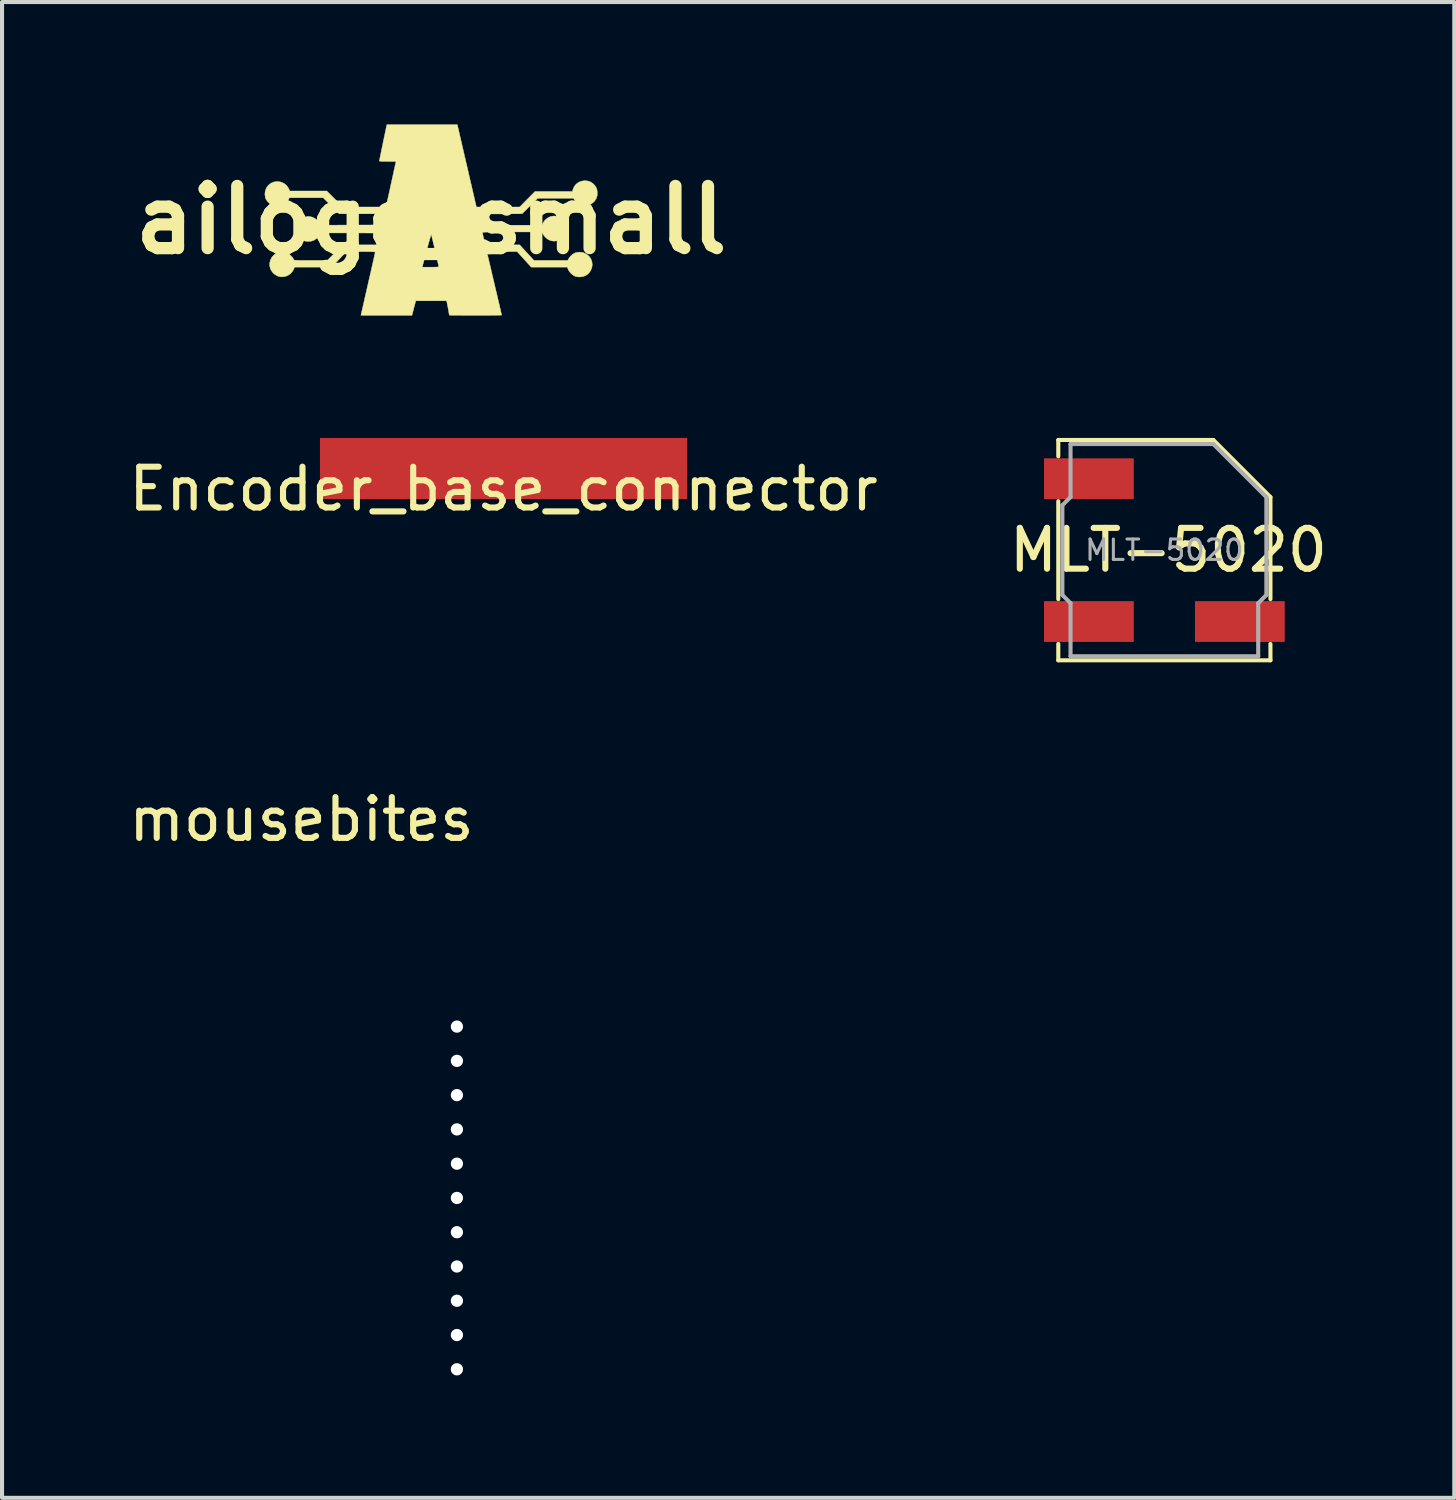
<source format=kicad_pcb>
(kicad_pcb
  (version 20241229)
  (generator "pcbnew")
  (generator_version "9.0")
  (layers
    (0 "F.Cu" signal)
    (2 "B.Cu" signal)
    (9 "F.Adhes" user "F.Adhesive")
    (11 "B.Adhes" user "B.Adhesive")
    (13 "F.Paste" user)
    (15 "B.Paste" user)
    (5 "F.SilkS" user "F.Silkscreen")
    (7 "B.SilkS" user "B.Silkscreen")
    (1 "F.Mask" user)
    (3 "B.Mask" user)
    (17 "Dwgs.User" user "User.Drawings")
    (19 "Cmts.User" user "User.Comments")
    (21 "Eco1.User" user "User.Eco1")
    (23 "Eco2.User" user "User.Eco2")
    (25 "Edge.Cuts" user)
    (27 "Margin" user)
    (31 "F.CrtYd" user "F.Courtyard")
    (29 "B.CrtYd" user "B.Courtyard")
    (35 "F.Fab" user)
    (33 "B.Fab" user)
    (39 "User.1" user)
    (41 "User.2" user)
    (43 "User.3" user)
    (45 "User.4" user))
  (footprint "Encoder_base_connector"
    (layer "F.Cu")
    (at 9.292 8.434)
    (property "Reference" "Encoder_base_connector" (at 0 0.5 0) (layer "F.SilkS") (effects (font (size 1 1) (thickness 0.15))))
    (attr through_hole)
    (pad "1" smd rect (at 0 0) (size 9 1.5) (layers "F.Cu" "F.Mask")))
  (footprint "mousebites"
    (layer "F.Cu")
    (at 8.149 22.112)
    (property "Reference" "mousebites" (at -3.81 -5.08 0) (layer "F.SilkS") (effects (font (size 1 1) (thickness 0.15))))
    (attr through_hole)
    (pad "" np_thru_hole circle (at 0 0) (size 0.3 0.3) (drill 0.3) (layers "*.Cu" "*.Mask"))
    (pad "" np_thru_hole circle (at 0 0.84) (size 0.3 0.3) (drill 0.3) (layers "*.Cu" "*.Mask"))
    (pad "" np_thru_hole circle (at 0 1.68) (size 0.3 0.3) (drill 0.3) (layers "*.Cu" "*.Mask"))
    (pad "" np_thru_hole circle (at 0 2.52) (size 0.3 0.3) (drill 0.3) (layers "*.Cu" "*.Mask"))
    (pad "" np_thru_hole circle (at 0 3.36) (size 0.3 0.3) (drill 0.3) (layers "*.Cu" "*.Mask"))
    (pad "" np_thru_hole circle (at 0 4.2) (size 0.3 0.3) (drill 0.3) (layers "*.Cu" "*.Mask"))
    (pad "" np_thru_hole circle (at 0 5.04) (size 0.3 0.3) (drill 0.3) (layers "*.Cu" "*.Mask"))
    (pad "" np_thru_hole circle (at 0 5.88) (size 0.3 0.3) (drill 0.3) (layers "*.Cu" "*.Mask"))
    (pad "" np_thru_hole circle (at 0 6.72) (size 0.3 0.3) (drill 0.3) (layers "*.Cu" "*.Mask"))
    (pad "" np_thru_hole circle (at 0 7.56) (size 0.3 0.3) (drill 0.3) (layers "*.Cu" "*.Mask"))
    (pad "" np_thru_hole circle (at 0 8.4) (size 0.3 0.3) (drill 0.3) (layers "*.Cu" "*.Mask")))
  (footprint "ailogo_small"
    (layer "F.Cu")
    (at 7.518 2.342)
    (property "Reference" "ailogo_small" (at 0 0 0) (layer "F.SilkS") (effects (font (size 1.524 1.524) (thickness 0.3))))
    (attr through_hole)
    (fp_poly (pts (xy 0.641 -2.337) (xy 0.856 -1.406) (xy 0.892 -1.255) (xy 0.925 -1.109) (xy 0.957 -0.97) (xy 0.987 -0.842) (xy 1.014 -0.725) (xy 1.038 -0.623) (xy 1.058 -0.536) (xy 1.073 -0.469) (xy 1.084 -0.421) (xy 1.09 -0.397) (xy 1.108 -0.318) (xy 2.169 -0.318) (xy 2.545 -0.699) (xy 3.462 -0.699) (xy 3.477 -0.752) (xy 3.508 -0.825) (xy 3.558 -0.883) (xy 3.62 -0.927) (xy 3.692 -0.954) (xy 3.768 -0.963) (xy 3.845 -0.955) (xy 3.918 -0.927) (xy 3.983 -0.879) (xy 3.985 -0.877) (xy 4.032 -0.82) (xy 4.06 -0.759) (xy 4.073 -0.686) (xy 4.07 -0.598) (xy 4.043 -0.518) (xy 3.995 -0.45) (xy 3.928 -0.396) (xy 3.91 -0.386) (xy 3.869 -0.368) (xy 3.834 -0.359) (xy 3.791 -0.356) (xy 3.753 -0.358) (xy 3.668 -0.371) (xy 3.599 -0.403) (xy 3.542 -0.455) (xy 3.521 -0.483) (xy 3.486 -0.532) (xy 3.048 -0.533) (xy 2.61 -0.533) (xy 2.229 -0.153) (xy 1.689 -0.149) (xy 1.148 -0.146) (xy 1.18 -0.01) (xy 1.211 0.127) (xy 2.716 0.127) (xy 2.743 0.07) (xy 2.79 0.002) (xy 2.855 -0.051) (xy 2.925 -0.084) (xy 3.006 -0.099) (xy 3.084 -0.091) (xy 3.156 -0.063) (xy 3.219 -0.019) (xy 3.269 0.038) (xy 3.305 0.107) (xy 3.322 0.184) (xy 3.318 0.266) (xy 3.315 0.279) (xy 3.284 0.357) (xy 3.235 0.423) (xy 3.171 0.473) (xy 3.097 0.506) (xy 3.017 0.519) (xy 2.937 0.509) (xy 2.869 0.479) (xy 2.806 0.431) (xy 2.756 0.371) (xy 2.745 0.352) (xy 2.714 0.292) (xy 1.986 0.292) (xy 1.825 0.292) (xy 1.689 0.293) (xy 1.574 0.293) (xy 1.48 0.294) (xy 1.405 0.295) (xy 1.347 0.297) (xy 1.305 0.299) (xy 1.277 0.302) (xy 1.262 0.305) (xy 1.257 0.308) (xy 1.26 0.326) (xy 1.267 0.363) (xy 1.278 0.414) (xy 1.29 0.467) (xy 1.323 0.61) (xy 1.746 0.61) (xy 2.169 0.61) (xy 2.344 0.8) (xy 2.519 0.991) (xy 3.347 0.991) (xy 3.372 0.945) (xy 3.411 0.891) (xy 3.463 0.844) (xy 3.521 0.81) (xy 3.542 0.802) (xy 3.632 0.787) (xy 3.718 0.796) (xy 3.796 0.83) (xy 3.864 0.883) (xy 3.914 0.951) (xy 3.941 1.024) (xy 3.949 1.1) (xy 3.937 1.174) (xy 3.908 1.243) (xy 3.864 1.303) (xy 3.804 1.352) (xy 3.733 1.384) (xy 3.65 1.397) (xy 3.642 1.397) (xy 3.593 1.394) (xy 3.546 1.386) (xy 3.525 1.379) (xy 3.469 1.346) (xy 3.417 1.299) (xy 3.375 1.245) (xy 3.358 1.212) (xy 3.337 1.156) (xy 2.895 1.156) (xy 2.454 1.156) (xy 2.107 0.775) (xy 1.733 0.775) (xy 1.622 0.775) (xy 1.534 0.776) (xy 1.467 0.777) (xy 1.419 0.779) (xy 1.387 0.782) (xy 1.37 0.785) (xy 1.365 0.79) (xy 1.365 0.791) (xy 1.369 0.805) (xy 1.378 0.842) (xy 1.392 0.898) (xy 1.409 0.971) (xy 1.43 1.058) (xy 1.453 1.157) (xy 1.478 1.265) (xy 1.505 1.38) (xy 1.533 1.498) (xy 1.561 1.618) (xy 1.589 1.736) (xy 1.616 1.851) (xy 1.641 1.959) (xy 1.665 2.059) (xy 1.685 2.146) (xy 1.702 2.22) (xy 1.715 2.277) (xy 1.724 2.315) (xy 1.727 2.33) (xy 1.727 2.331) (xy 1.715 2.332) (xy 1.68 2.333) (xy 1.624 2.334) (xy 1.55 2.335) (xy 1.46 2.336) (xy 1.356 2.336) (xy 1.242 2.337) (xy 1.119 2.337) (xy 1.086 2.337) (xy 0.961 2.337) (xy 0.844 2.336) (xy 0.738 2.336) (xy 0.644 2.335) (xy 0.565 2.335) (xy 0.505 2.334) (xy 0.464 2.333) (xy 0.445 2.332) (xy 0.445 2.332) (xy 0.442 2.317) (xy 0.436 2.284) (xy 0.428 2.237) (xy 0.418 2.183) (xy 0.408 2.128) (xy 0.398 2.077) (xy 0.392 2.048) (xy 0.379 1.981) (xy -0.377 1.981) (xy -0.412 2.111) (xy -0.428 2.171) (xy -0.442 2.227) (xy -0.454 2.271) (xy -0.459 2.289) (xy -0.471 2.337) (xy -1.722 2.337) (xy -1.548 1.572) (xy -1.517 1.436) (xy -1.487 1.307) (xy -1.46 1.188) (xy -1.453 1.156) (xy -0.219 1.156) (xy -0.013 1.156) (xy 0.067 1.155) (xy 0.124 1.154) (xy 0.161 1.151) (xy 0.182 1.147) (xy 0.187 1.141) (xy 0.187 1.14) (xy 0.183 1.124) (xy 0.174 1.086) (xy 0.161 1.03) (xy 0.144 0.959) (xy 0.125 0.875) (xy 0.104 0.783) (xy 0.094 0.74) (xy 0.073 0.645) (xy 0.052 0.559) (xy 0.035 0.484) (xy 0.02 0.424) (xy 0.008 0.381) (xy 0.002 0.358) (xy 0.000164 0.356) (xy -0.004 0.367) (xy -0.015 0.4) (xy -0.029 0.451) (xy -0.048 0.517) (xy -0.069 0.594) (xy -0.093 0.68) (xy -0.117 0.77) (xy -0.142 0.861) (xy -0.166 0.952) (xy -0.188 1.037) (xy -0.208 1.114) (xy -0.212 1.127) (xy -0.219 1.156) (xy -1.453 1.156) (xy -1.436 1.081) (xy -1.415 0.987) (xy -1.397 0.909) (xy -1.384 0.849) (xy -1.376 0.809) (xy -1.372 0.791) (xy -1.372 0.791) (xy -1.377 0.786) (xy -1.395 0.782) (xy -1.428 0.779) (xy -1.477 0.777) (xy -1.546 0.776) (xy -1.636 0.775) (xy -1.725 0.775) (xy -2.078 0.775) (xy -2.259 0.965) (xy -2.44 1.156) (xy -3.35 1.156) (xy -3.364 1.196) (xy -3.402 1.266) (xy -3.457 1.324) (xy -3.525 1.366) (xy -3.601 1.39) (xy -3.681 1.394) (xy -3.755 1.378) (xy -3.832 1.336) (xy -3.893 1.278) (xy -3.936 1.207) (xy -3.958 1.127) (xy -3.959 1.064) (xy -3.94 0.98) (xy -3.901 0.908) (xy -3.847 0.85) (xy -3.781 0.808) (xy -3.706 0.785) (xy -3.626 0.782) (xy -3.545 0.801) (xy -3.517 0.814) (xy -3.478 0.839) (xy -3.438 0.876) (xy -3.401 0.916) (xy -3.377 0.953) (xy -3.372 0.964) (xy -3.369 0.971) (xy -3.364 0.977) (xy -3.354 0.982) (xy -3.336 0.985) (xy -3.308 0.987) (xy -3.267 0.989) (xy -3.21 0.99) (xy -3.135 0.99) (xy -3.039 0.991) (xy -2.955 0.991) (xy -2.546 0.991) (xy -2.356 0.8) (xy -2.166 0.61) (xy -1.746 0.61) (xy -1.327 0.61) (xy -1.298 0.479) (xy -1.287 0.423) (xy -1.277 0.376) (xy -1.271 0.344) (xy -1.27 0.333) (xy -1.275 0.33) (xy -1.293 0.327) (xy -1.324 0.324) (xy -1.37 0.322) (xy -1.433 0.321) (xy -1.514 0.319) (xy -1.615 0.318) (xy -1.737 0.318) (xy -1.881 0.318) (xy -1.992 0.318) (xy -2.714 0.317) (xy -2.727 0.348) (xy -2.758 0.395) (xy -2.802 0.444) (xy -2.853 0.485) (xy -2.875 0.498) (xy -2.939 0.519) (xy -3.012 0.526) (xy -3.086 0.519) (xy -3.144 0.498) (xy -3.201 0.459) (xy -3.253 0.406) (xy -3.291 0.348) (xy -3.297 0.335) (xy -3.311 0.28) (xy -3.314 0.214) (xy -3.307 0.148) (xy -3.291 0.095) (xy -3.249 0.029) (xy -3.189 -0.025) (xy -3.118 -0.064) (xy -3.042 -0.085) (xy -2.981 -0.086) (xy -2.908 -0.068) (xy -2.839 -0.032) (xy -2.78 0.017) (xy -2.737 0.074) (xy -2.73 0.09) (xy -2.715 0.127) (xy -1.965 0.124) (xy -1.214 0.121) (xy -1.194 0.025) (xy -1.182 -0.027) (xy -1.172 -0.076) (xy -1.165 -0.11) (xy -1.165 -0.111) (xy -1.156 -0.152) (xy -2.255 -0.152) (xy -2.451 -0.349) (xy -2.648 -0.546) (xy -3.476 -0.546) (xy -3.499 -0.495) (xy -3.542 -0.429) (xy -3.602 -0.379) (xy -3.674 -0.346) (xy -3.756 -0.332) (xy -3.841 -0.338) (xy -3.867 -0.344) (xy -3.914 -0.367) (xy -3.964 -0.405) (xy -4.01 -0.453) (xy -4.046 -0.503) (xy -4.063 -0.54) (xy -4.076 -0.629) (xy -4.067 -0.712) (xy -4.038 -0.788) (xy -3.991 -0.852) (xy -3.929 -0.901) (xy -3.854 -0.932) (xy -3.775 -0.943) (xy -3.689 -0.932) (xy -3.612 -0.9) (xy -3.546 -0.849) (xy -3.498 -0.782) (xy -3.487 -0.759) (xy -3.467 -0.711) (xy -2.559 -0.711) (xy -2.362 -0.514) (xy -2.166 -0.318) (xy -1.107 -0.318) (xy -1.093 -0.378) (xy -1.088 -0.404) (xy -1.077 -0.452) (xy -1.063 -0.518) (xy -1.045 -0.599) (xy -1.024 -0.692) (xy -1.002 -0.795) (xy -0.979 -0.903) (xy -0.978 -0.905) (xy -0.955 -1.012) (xy -0.933 -1.111) (xy -0.914 -1.201) (xy -0.897 -1.278) (xy -0.883 -1.339) (xy -0.874 -1.382) (xy -0.869 -1.403) (xy -0.869 -1.404) (xy -0.861 -1.435) (xy -1.065 -1.435) (xy -1.134 -1.436) (xy -1.193 -1.437) (xy -1.238 -1.44) (xy -1.265 -1.442) (xy -1.271 -1.445) (xy -1.268 -1.459) (xy -1.261 -1.495) (xy -1.25 -1.55) (xy -1.235 -1.622) (xy -1.218 -1.707) (xy -1.198 -1.802) (xy -1.179 -1.895) (xy -1.086 -2.337) (xy 0.641 -2.337)) (stroke (width 0.01) (type solid)) (fill yes) (layer "F.SilkS")))
  (footprint "MLT-5020"
    (layer "F.Cu")
    (at 25.489 10.434)
    (property "Reference" "MLT-5020" (at 0.1 0 0) (layer "F.SilkS") (effects (font (size 1 1) (thickness 0.15))))
    (attr through_hole)
    (fp_line (start -2.6 -2.7) (end -2.6 -2.3) (stroke (width 0.1) (type solid)) (layer "F.SilkS"))
    (fp_line (start -2.6 -1.2) (end -2.6 1.2) (stroke (width 0.1) (type solid)) (layer "F.SilkS"))
    (fp_line (start -2.6 2.3) (end -2.6 2.7) (stroke (width 0.1) (type solid)) (layer "F.SilkS"))
    (fp_line (start -2.6 2.7) (end 2.6 2.7) (stroke (width 0.1) (type solid)) (layer "F.SilkS"))
    (fp_line (start 1.2 -2.7) (end -2.6 -2.7) (stroke (width 0.1) (type solid)) (layer "F.SilkS"))
    (fp_line (start 1.2 -2.7) (end 2.6 -1.3) (stroke (width 0.1) (type solid)) (layer "F.SilkS"))
    (fp_line (start 2.6 -1.3) (end 2.6 1.2) (stroke (width 0.1) (type solid)) (layer "F.SilkS"))
    (fp_line (start 2.6 2.3) (end 2.6 2.7) (stroke (width 0.1) (type solid)) (layer "F.SilkS"))
    (fp_line (start -2.5 -1.1) (end -2.5 1.1) (stroke (width 0.1) (type solid)) (layer "F.Fab"))
    (fp_line (start -2.3 -2.6) (end -2.3 -1.3) (stroke (width 0.1) (type solid)) (layer "F.Fab"))
    (fp_line (start -2.3 -2.6) (end 1.2 -2.6) (stroke (width 0.1) (type solid)) (layer "F.Fab"))
    (fp_line (start -2.3 -1.3) (end -2.5 -1.1) (stroke (width 0.1) (type solid)) (layer "F.Fab"))
    (fp_line (start -2.3 1.3) (end -2.5 1.1) (stroke (width 0.1) (type solid)) (layer "F.Fab"))
    (fp_line (start -2.3 1.3) (end -2.3 2.6) (stroke (width 0.1) (type solid)) (layer "F.Fab"))
    (fp_line (start 2.3 1.3) (end 2.3 2.6) (stroke (width 0.1) (type solid)) (layer "F.Fab"))
    (fp_line (start 2.3 1.3) (end 2.5 1.1) (stroke (width 0.1) (type solid)) (layer "F.Fab"))
    (fp_line (start 2.3 2.6) (end -2.3 2.6) (stroke (width 0.1) (type solid)) (layer "F.Fab"))
    (fp_line (start 2.5 -1.3) (end 1.2 -2.6) (stroke (width 0.1) (type solid)) (layer "F.Fab"))
    (fp_line (start 2.5 -1.3) (end 2.5 1.1) (stroke (width 0.1) (type solid)) (layer "F.Fab"))
    (fp_text user "${REFERENCE}" (at 0 0 0) (layer "F.Fab") (effects (font (size 0.5 0.5) (thickness 0.075))))
    (pad "1" smd rect (at -1.85 1.75) (size 2.2 1) (layers "F.Cu" "F.Mask" "F.Paste"))
    (pad "2" smd rect (at -1.85 -1.75) (size 2.2 1) (layers "F.Cu" "F.Mask" "F.Paste"))
    (pad "2" smd rect (at 1.85 1.75) (size 2.2 1) (layers "F.Cu" "F.Mask" "F.Paste")))
  (gr_rect
    (start -3 -3)
    (end 32.595 33.662)
    (stroke (width 0.1) (type default))
    (fill no)
    (layer "Edge.Cuts")))
</source>
